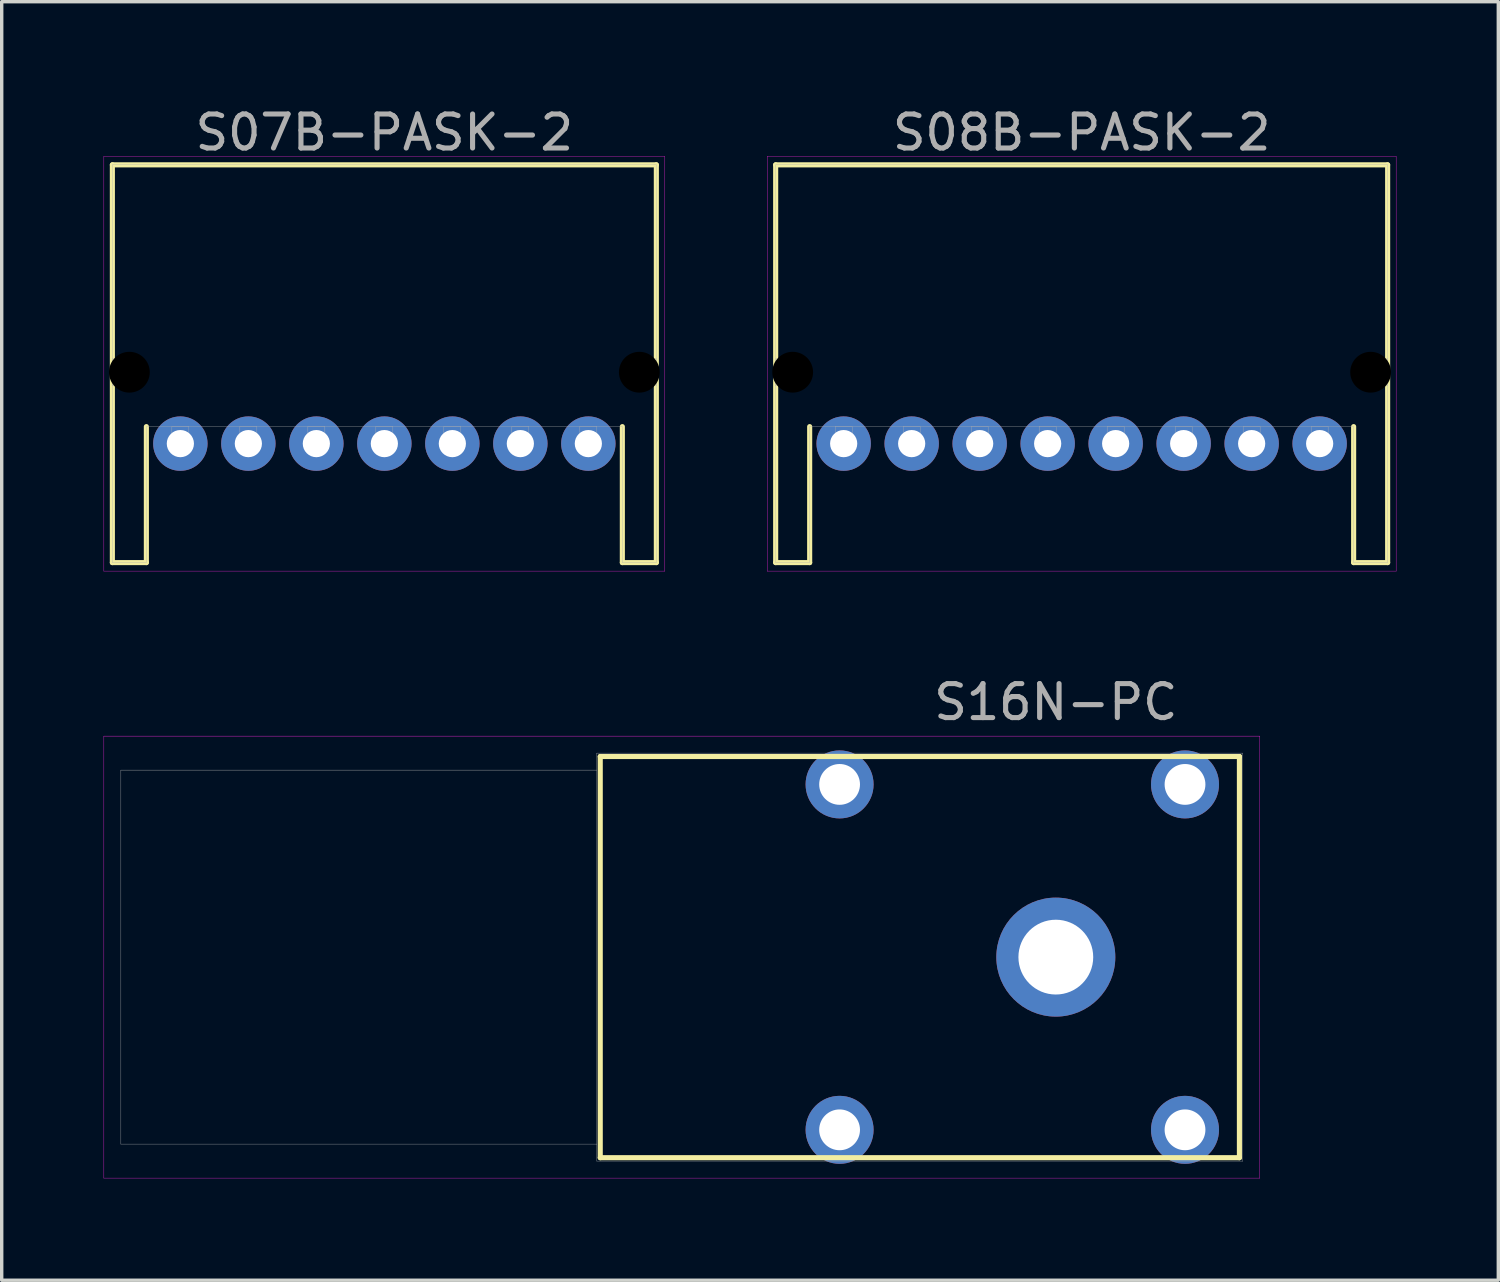
<source format=kicad_pcb>
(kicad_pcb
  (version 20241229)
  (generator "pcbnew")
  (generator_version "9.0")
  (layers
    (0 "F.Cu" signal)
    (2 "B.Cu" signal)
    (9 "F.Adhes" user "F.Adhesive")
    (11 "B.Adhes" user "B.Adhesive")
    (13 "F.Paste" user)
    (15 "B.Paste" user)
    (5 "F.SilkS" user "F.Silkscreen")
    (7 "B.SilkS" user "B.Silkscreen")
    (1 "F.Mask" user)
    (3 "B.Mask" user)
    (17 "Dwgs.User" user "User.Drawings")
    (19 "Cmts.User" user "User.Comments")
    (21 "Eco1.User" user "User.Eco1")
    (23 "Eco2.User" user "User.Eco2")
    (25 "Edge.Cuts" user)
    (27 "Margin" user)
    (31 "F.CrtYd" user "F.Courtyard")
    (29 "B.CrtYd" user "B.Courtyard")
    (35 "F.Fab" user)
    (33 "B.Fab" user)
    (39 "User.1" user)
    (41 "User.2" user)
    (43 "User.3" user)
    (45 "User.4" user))
  (footprint "S16N-PC"
    (layer "F.Cu")
    (at 28.005 25.102)
    (property "Reference" "S16N-PC" (at 0 -7.5 0) (layer "F.Fab") (effects (font (size 1 1) (thickness 0.15))))
    (attr through_hole)
    (fp_line (start -13.4 -5.9) (end -13.4 5.9) (stroke (width 0.15) (type solid)) (layer "F.SilkS"))
    (fp_line (start -13.4 5.9) (end 5.4 5.9) (stroke (width 0.15) (type solid)) (layer "F.SilkS"))
    (fp_line (start 5.4 -5.9) (end -13.4 -5.9) (stroke (width 0.15) (type solid)) (layer "F.SilkS"))
    (fp_line (start 5.4 -5.9) (end 5.4 -5.9) (stroke (width 0.15) (type solid)) (layer "F.SilkS"))
    (fp_line (start 5.4 5.9) (end 5.4 -5.9) (stroke (width 0.15) (type solid)) (layer "F.SilkS"))
    (fp_line (start -28 -6.5) (end 6 -6.5) (stroke (width 0.01) (type solid)) (layer "F.CrtYd"))
    (fp_line (start -28 6.5) (end -28 -6.5) (stroke (width 0.01) (type solid)) (layer "F.CrtYd"))
    (fp_line (start 6 -6.5) (end 6 -6.5) (stroke (width 0.01) (type solid)) (layer "F.CrtYd"))
    (fp_line (start 6 -6.5) (end 6 6.5) (stroke (width 0.01) (type solid)) (layer "F.CrtYd"))
    (fp_line (start 6 6.5) (end -28 6.5) (stroke (width 0.01) (type solid)) (layer "F.CrtYd"))
    (fp_line (start -27.5 -5.5) (end -27.5 5.5) (stroke (width 0.01) (type solid)) (layer "F.Fab"))
    (fp_line (start -27.5 5.5) (end -13.5 5.5) (stroke (width 0.01) (type solid)) (layer "F.Fab"))
    (fp_line (start -13.5 -6) (end -13.5 -6) (stroke (width 0.01) (type solid)) (layer "F.Fab"))
    (fp_line (start -13.5 -6) (end -13.5 6) (stroke (width 0.01) (type solid)) (layer "F.Fab"))
    (fp_line (start -13.5 -5.5) (end -27.5 -5.5) (stroke (width 0.01) (type solid)) (layer "F.Fab"))
    (fp_line (start -13.5 5.5) (end -13.5 5.5) (stroke (width 0.01) (type solid)) (layer "F.Fab"))
    (fp_line (start -13.5 6) (end 5.5 6) (stroke (width 0.01) (type solid)) (layer "F.Fab"))
    (fp_line (start 5.5 -6) (end -13.5 -6) (stroke (width 0.01) (type solid)) (layer "F.Fab"))
    (fp_line (start 5.5 6) (end 5.5 -6) (stroke (width 0.01) (type solid)) (layer "F.Fab"))
    (pad "" thru_hole circle (at -6.36 -5.08) (size 2 2) (drill 1.2) (layers "*.Cu" "*.Mask"))
    (pad "" thru_hole circle (at -6.36 5.08) (size 2 2) (drill 1.2) (layers "*.Cu" "*.Mask"))
    (pad "" thru_hole circle (at 3.8 -5.08) (size 2 2) (drill 1.2) (layers "*.Cu" "*.Mask"))
    (pad "" thru_hole circle (at 3.8 5.08) (size 2 2) (drill 1.2) (layers "*.Cu" "*.Mask"))
    (pad "1" thru_hole circle (at 0 0) (size 3.5 3.5) (drill 2.2) (layers "*.Cu" "*.Mask")))
  (footprint "S08B-PASK-2"
    (layer "F.Cu")
    (at 28.765 9.998)
    (property "Reference" "S08B-PASK-2" (at 0 -9.15 0) (layer "F.Fab") (effects (font (size 1 1) (thickness 0.15))))
    (attr through_hole)
    (fp_line (start -9 -8.2) (end -9 3.5) (stroke (width 0.15) (type solid)) (layer "F.SilkS"))
    (fp_line (start -9 -8.2) (end 9 -8.2) (stroke (width 0.15) (type solid)) (layer "F.SilkS"))
    (fp_line (start -9 3.5) (end -8 3.5) (stroke (width 0.15) (type solid)) (layer "F.SilkS"))
    (fp_line (start -8 3.5) (end -8 -0.5) (stroke (width 0.15) (type solid)) (layer "F.SilkS"))
    (fp_line (start 8 3.5) (end 8 -0.5) (stroke (width 0.15) (type solid)) (layer "F.SilkS"))
    (fp_line (start 9 -8.2) (end 9 3.5) (stroke (width 0.15) (type solid)) (layer "F.SilkS"))
    (fp_line (start 9 3.5) (end 8 3.5) (stroke (width 0.15) (type solid)) (layer "F.SilkS"))
    (fp_line (start -9.25 -8.45) (end 9.25 -8.45) (stroke (width 0.01) (type solid)) (layer "F.CrtYd"))
    (fp_line (start -9.25 3.75) (end -9.25 -8.45) (stroke (width 0.01) (type solid)) (layer "F.CrtYd"))
    (fp_line (start 9.25 -8.45) (end 9.25 3.75) (stroke (width 0.01) (type solid)) (layer "F.CrtYd"))
    (fp_line (start 9.25 3.75) (end -9.25 3.75) (stroke (width 0.01) (type solid)) (layer "F.CrtYd"))
    (fp_line (start -9 -8.2) (end -9 3.5) (stroke (width 0.01) (type solid)) (layer "F.Fab"))
    (fp_line (start -9 -8.2) (end 9 -8.2) (stroke (width 0.01) (type solid)) (layer "F.Fab"))
    (fp_line (start -9 -2.5) (end -8.4 -2.5) (stroke (width 0.01) (type solid)) (layer "F.Fab"))
    (fp_line (start -9 -1.7) (end -9 -2.5) (stroke (width 0.01) (type solid)) (layer "F.Fab"))
    (fp_line (start -9 3.5) (end -8 3.5) (stroke (width 0.01) (type solid)) (layer "F.Fab"))
    (fp_line (start -8.4 -2.5) (end -8.4 -1.7) (stroke (width 0.01) (type solid)) (layer "F.Fab"))
    (fp_line (start -8.4 -1.7) (end -9 -1.7) (stroke (width 0.01) (type solid)) (layer "F.Fab"))
    (fp_line (start -8 3.5) (end -8 -0.5) (stroke (width 0.01) (type solid)) (layer "F.Fab"))
    (fp_line (start -7.25 -0.5) (end -6.75 -0.5) (stroke (width 0.01) (type solid)) (layer "F.Fab"))
    (fp_line (start -7.25 -0.25) (end -6.75 -0.25) (stroke (width 0.01) (type solid)) (layer "F.Fab"))
    (fp_line (start -7.25 0.25) (end -7.25 -0.5) (stroke (width 0.01) (type solid)) (layer "F.Fab"))
    (fp_line (start -6.75 -0.5) (end -6.75 0.25) (stroke (width 0.01) (type solid)) (layer "F.Fab"))
    (fp_line (start -6.75 0.25) (end -7.25 0.25) (stroke (width 0.01) (type solid)) (layer "F.Fab"))
    (fp_line (start -5.25 -0.5) (end -4.75 -0.5) (stroke (width 0.01) (type solid)) (layer "F.Fab"))
    (fp_line (start -5.25 -0.25) (end -4.75 -0.25) (stroke (width 0.01) (type solid)) (layer "F.Fab"))
    (fp_line (start -5.25 0.25) (end -5.25 -0.5) (stroke (width 0.01) (type solid)) (layer "F.Fab"))
    (fp_line (start -4.75 -0.5) (end -4.75 0.25) (stroke (width 0.01) (type solid)) (layer "F.Fab"))
    (fp_line (start -4.75 0.25) (end -5.25 0.25) (stroke (width 0.01) (type solid)) (layer "F.Fab"))
    (fp_line (start -3.25 -0.5) (end -2.75 -0.5) (stroke (width 0.01) (type solid)) (layer "F.Fab"))
    (fp_line (start -3.25 -0.25) (end -2.75 -0.25) (stroke (width 0.01) (type solid)) (layer "F.Fab"))
    (fp_line (start -3.25 0.25) (end -3.25 -0.5) (stroke (width 0.01) (type solid)) (layer "F.Fab"))
    (fp_line (start -2.75 -0.5) (end -2.75 0.25) (stroke (width 0.01) (type solid)) (layer "F.Fab"))
    (fp_line (start -2.75 0.25) (end -3.25 0.25) (stroke (width 0.01) (type solid)) (layer "F.Fab"))
    (fp_line (start -1.25 -0.5) (end -0.75 -0.5) (stroke (width 0.01) (type solid)) (layer "F.Fab"))
    (fp_line (start -1.25 -0.25) (end -0.75 -0.25) (stroke (width 0.01) (type solid)) (layer "F.Fab"))
    (fp_line (start -1.25 0.25) (end -1.25 -0.5) (stroke (width 0.01) (type solid)) (layer "F.Fab"))
    (fp_line (start -0.75 -0.5) (end -0.75 0.25) (stroke (width 0.01) (type solid)) (layer "F.Fab"))
    (fp_line (start -0.75 0.25) (end -1.25 0.25) (stroke (width 0.01) (type solid)) (layer "F.Fab"))
    (fp_line (start 0.75 -0.5) (end 1.25 -0.5) (stroke (width 0.01) (type solid)) (layer "F.Fab"))
    (fp_line (start 0.75 -0.25) (end 1.25 -0.25) (stroke (width 0.01) (type solid)) (layer "F.Fab"))
    (fp_line (start 0.75 0.25) (end 0.75 -0.5) (stroke (width 0.01) (type solid)) (layer "F.Fab"))
    (fp_line (start 1.25 -0.5) (end 1.25 0.25) (stroke (width 0.01) (type solid)) (layer "F.Fab"))
    (fp_line (start 1.25 0.25) (end 0.75 0.25) (stroke (width 0.01) (type solid)) (layer "F.Fab"))
    (fp_line (start 2.75 -0.5) (end 3.25 -0.5) (stroke (width 0.01) (type solid)) (layer "F.Fab"))
    (fp_line (start 2.75 -0.25) (end 3.25 -0.25) (stroke (width 0.01) (type solid)) (layer "F.Fab"))
    (fp_line (start 2.75 0.25) (end 2.75 -0.5) (stroke (width 0.01) (type solid)) (layer "F.Fab"))
    (fp_line (start 3.25 -0.5) (end 3.25 0.25) (stroke (width 0.01) (type solid)) (layer "F.Fab"))
    (fp_line (start 3.25 0.25) (end 2.75 0.25) (stroke (width 0.01) (type solid)) (layer "F.Fab"))
    (fp_line (start 4.75 -0.5) (end 5.25 -0.5) (stroke (width 0.01) (type solid)) (layer "F.Fab"))
    (fp_line (start 4.75 -0.25) (end 5.25 -0.25) (stroke (width 0.01) (type solid)) (layer "F.Fab"))
    (fp_line (start 4.75 0.25) (end 4.75 -0.5) (stroke (width 0.01) (type solid)) (layer "F.Fab"))
    (fp_line (start 5.25 -0.5) (end 5.25 0.25) (stroke (width 0.01) (type solid)) (layer "F.Fab"))
    (fp_line (start 5.25 0.25) (end 4.75 0.25) (stroke (width 0.01) (type solid)) (layer "F.Fab"))
    (fp_line (start 6.75 -0.5) (end 7.25 -0.5) (stroke (width 0.01) (type solid)) (layer "F.Fab"))
    (fp_line (start 6.75 -0.25) (end 7.25 -0.25) (stroke (width 0.01) (type solid)) (layer "F.Fab"))
    (fp_line (start 6.75 0.25) (end 6.75 -0.5) (stroke (width 0.01) (type solid)) (layer "F.Fab"))
    (fp_line (start 7.25 -0.5) (end 7.25 0.25) (stroke (width 0.01) (type solid)) (layer "F.Fab"))
    (fp_line (start 7.25 0.25) (end 6.75 0.25) (stroke (width 0.01) (type solid)) (layer "F.Fab"))
    (fp_line (start 8 -0.5) (end -8 -0.5) (stroke (width 0.01) (type solid)) (layer "F.Fab"))
    (fp_line (start 8 3.5) (end 8 -0.5) (stroke (width 0.01) (type solid)) (layer "F.Fab"))
    (fp_line (start 8.4 -2.5) (end 9 -2.5) (stroke (width 0.01) (type solid)) (layer "F.Fab"))
    (fp_line (start 8.4 -1.7) (end 8.4 -2.5) (stroke (width 0.01) (type solid)) (layer "F.Fab"))
    (fp_line (start 9 -8.2) (end 9 3.5) (stroke (width 0.01) (type solid)) (layer "F.Fab"))
    (fp_line (start 9 -2.5) (end 9 -1.7) (stroke (width 0.01) (type solid)) (layer "F.Fab"))
    (fp_line (start 9 -1.7) (end 8.4 -1.7) (stroke (width 0.01) (type solid)) (layer "F.Fab"))
    (fp_line (start 9 3.5) (end 8 3.5) (stroke (width 0.01) (type solid)) (layer "F.Fab"))
    (pad "" np_thru_hole circle (at -8.5 -2.1) (size 1.2 1.2) (drill 1.2) (layers "*.Mask"))
    (pad "" np_thru_hole circle (at 8.5 -2.1) (size 1.2 1.2) (drill 1.2) (layers "*.Mask"))
    (pad "1" thru_hole circle (at 7 0) (size 1.6 1.6) (drill 0.8) (layers "*.Cu" "*.Mask"))
    (pad "2" thru_hole circle (at 5 0) (size 1.6 1.6) (drill 0.8) (layers "*.Cu" "*.Mask"))
    (pad "3" thru_hole circle (at 3 0) (size 1.6 1.6) (drill 0.8) (layers "*.Cu" "*.Mask"))
    (pad "4" thru_hole circle (at 1 0) (size 1.6 1.6) (drill 0.8) (layers "*.Cu" "*.Mask"))
    (pad "5" thru_hole circle (at -1 0) (size 1.6 1.6) (drill 0.8) (layers "*.Cu" "*.Mask"))
    (pad "6" thru_hole circle (at -3 0) (size 1.6 1.6) (drill 0.8) (layers "*.Cu" "*.Mask"))
    (pad "7" thru_hole circle (at -5 0) (size 1.6 1.6) (drill 0.8) (layers "*.Cu" "*.Mask"))
    (pad "8" thru_hole circle (at -7 0) (size 1.6 1.6) (drill 0.8) (layers "*.Cu" "*.Mask")))
  (footprint "S07B-PASK-2"
    (layer "F.Cu")
    (at 8.255 9.998)
    (property "Reference" "S07B-PASK-2" (at 0 -9.15 0) (layer "F.Fab") (effects (font (size 1 1) (thickness 0.15))))
    (attr through_hole)
    (fp_line (start -8 -8.2) (end -8 3.5) (stroke (width 0.15) (type solid)) (layer "F.SilkS"))
    (fp_line (start -8 -8.2) (end 8 -8.2) (stroke (width 0.15) (type solid)) (layer "F.SilkS"))
    (fp_line (start -8 3.5) (end -7 3.5) (stroke (width 0.15) (type solid)) (layer "F.SilkS"))
    (fp_line (start -7 3.5) (end -7 -0.5) (stroke (width 0.15) (type solid)) (layer "F.SilkS"))
    (fp_line (start 7 3.5) (end 7 -0.5) (stroke (width 0.15) (type solid)) (layer "F.SilkS"))
    (fp_line (start 8 -8.2) (end 8 3.5) (stroke (width 0.15) (type solid)) (layer "F.SilkS"))
    (fp_line (start 8 3.5) (end 7 3.5) (stroke (width 0.15) (type solid)) (layer "F.SilkS"))
    (fp_line (start -8.25 -8.45) (end 8.25 -8.45) (stroke (width 0.01) (type solid)) (layer "F.CrtYd"))
    (fp_line (start -8.25 3.75) (end -8.25 -8.45) (stroke (width 0.01) (type solid)) (layer "F.CrtYd"))
    (fp_line (start 8.25 -8.45) (end 8.25 3.75) (stroke (width 0.01) (type solid)) (layer "F.CrtYd"))
    (fp_line (start 8.25 3.75) (end -8.25 3.75) (stroke (width 0.01) (type solid)) (layer "F.CrtYd"))
    (fp_line (start -8 -8.2) (end -8 3.5) (stroke (width 0.01) (type solid)) (layer "F.Fab"))
    (fp_line (start -8 -8.2) (end 8 -8.2) (stroke (width 0.01) (type solid)) (layer "F.Fab"))
    (fp_line (start -8 -2.5) (end -7.4 -2.5) (stroke (width 0.01) (type solid)) (layer "F.Fab"))
    (fp_line (start -8 -1.7) (end -8 -2.5) (stroke (width 0.01) (type solid)) (layer "F.Fab"))
    (fp_line (start -8 3.5) (end -7 3.5) (stroke (width 0.01) (type solid)) (layer "F.Fab"))
    (fp_line (start -7.4 -2.5) (end -7.4 -1.7) (stroke (width 0.01) (type solid)) (layer "F.Fab"))
    (fp_line (start -7.4 -1.7) (end -8 -1.7) (stroke (width 0.01) (type solid)) (layer "F.Fab"))
    (fp_line (start -7 3.5) (end -7 -0.5) (stroke (width 0.01) (type solid)) (layer "F.Fab"))
    (fp_line (start -6.25 -0.5) (end -5.75 -0.5) (stroke (width 0.01) (type solid)) (layer "F.Fab"))
    (fp_line (start -6.25 -0.25) (end -5.75 -0.25) (stroke (width 0.01) (type solid)) (layer "F.Fab"))
    (fp_line (start -6.25 0.25) (end -6.25 -0.5) (stroke (width 0.01) (type solid)) (layer "F.Fab"))
    (fp_line (start -5.75 -0.5) (end -5.75 0.25) (stroke (width 0.01) (type solid)) (layer "F.Fab"))
    (fp_line (start -5.75 0.25) (end -6.25 0.25) (stroke (width 0.01) (type solid)) (layer "F.Fab"))
    (fp_line (start -4.25 -0.5) (end -3.75 -0.5) (stroke (width 0.01) (type solid)) (layer "F.Fab"))
    (fp_line (start -4.25 -0.25) (end -3.75 -0.25) (stroke (width 0.01) (type solid)) (layer "F.Fab"))
    (fp_line (start -4.25 0.25) (end -4.25 -0.5) (stroke (width 0.01) (type solid)) (layer "F.Fab"))
    (fp_line (start -3.75 -0.5) (end -3.75 0.25) (stroke (width 0.01) (type solid)) (layer "F.Fab"))
    (fp_line (start -3.75 0.25) (end -4.25 0.25) (stroke (width 0.01) (type solid)) (layer "F.Fab"))
    (fp_line (start -2.25 -0.5) (end -1.75 -0.5) (stroke (width 0.01) (type solid)) (layer "F.Fab"))
    (fp_line (start -2.25 -0.25) (end -1.75 -0.25) (stroke (width 0.01) (type solid)) (layer "F.Fab"))
    (fp_line (start -2.25 0.25) (end -2.25 -0.5) (stroke (width 0.01) (type solid)) (layer "F.Fab"))
    (fp_line (start -1.75 -0.5) (end -1.75 0.25) (stroke (width 0.01) (type solid)) (layer "F.Fab"))
    (fp_line (start -1.75 0.25) (end -2.25 0.25) (stroke (width 0.01) (type solid)) (layer "F.Fab"))
    (fp_line (start -0.25 -0.5) (end 0.25 -0.5) (stroke (width 0.01) (type solid)) (layer "F.Fab"))
    (fp_line (start -0.25 -0.25) (end 0.25 -0.25) (stroke (width 0.01) (type solid)) (layer "F.Fab"))
    (fp_line (start -0.25 0.25) (end -0.25 -0.5) (stroke (width 0.01) (type solid)) (layer "F.Fab"))
    (fp_line (start 0.25 -0.5) (end 0.25 0.25) (stroke (width 0.01) (type solid)) (layer "F.Fab"))
    (fp_line (start 0.25 0.25) (end -0.25 0.25) (stroke (width 0.01) (type solid)) (layer "F.Fab"))
    (fp_line (start 1.75 -0.5) (end 2.25 -0.5) (stroke (width 0.01) (type solid)) (layer "F.Fab"))
    (fp_line (start 1.75 -0.25) (end 2.25 -0.25) (stroke (width 0.01) (type solid)) (layer "F.Fab"))
    (fp_line (start 1.75 0.25) (end 1.75 -0.5) (stroke (width 0.01) (type solid)) (layer "F.Fab"))
    (fp_line (start 2.25 -0.5) (end 2.25 0.25) (stroke (width 0.01) (type solid)) (layer "F.Fab"))
    (fp_line (start 2.25 0.25) (end 1.75 0.25) (stroke (width 0.01) (type solid)) (layer "F.Fab"))
    (fp_line (start 3.75 -0.5) (end 4.25 -0.5) (stroke (width 0.01) (type solid)) (layer "F.Fab"))
    (fp_line (start 3.75 -0.25) (end 4.25 -0.25) (stroke (width 0.01) (type solid)) (layer "F.Fab"))
    (fp_line (start 3.75 0.25) (end 3.75 -0.5) (stroke (width 0.01) (type solid)) (layer "F.Fab"))
    (fp_line (start 4.25 -0.5) (end 4.25 0.25) (stroke (width 0.01) (type solid)) (layer "F.Fab"))
    (fp_line (start 4.25 0.25) (end 3.75 0.25) (stroke (width 0.01) (type solid)) (layer "F.Fab"))
    (fp_line (start 5.75 -0.5) (end 6.25 -0.5) (stroke (width 0.01) (type solid)) (layer "F.Fab"))
    (fp_line (start 5.75 -0.25) (end 6.25 -0.25) (stroke (width 0.01) (type solid)) (layer "F.Fab"))
    (fp_line (start 5.75 0.25) (end 5.75 -0.5) (stroke (width 0.01) (type solid)) (layer "F.Fab"))
    (fp_line (start 6.25 -0.5) (end 6.25 0.25) (stroke (width 0.01) (type solid)) (layer "F.Fab"))
    (fp_line (start 6.25 0.25) (end 5.75 0.25) (stroke (width 0.01) (type solid)) (layer "F.Fab"))
    (fp_line (start 7 -0.5) (end -7 -0.5) (stroke (width 0.01) (type solid)) (layer "F.Fab"))
    (fp_line (start 7 3.5) (end 7 -0.5) (stroke (width 0.01) (type solid)) (layer "F.Fab"))
    (fp_line (start 7.4 -2.5) (end 8 -2.5) (stroke (width 0.01) (type solid)) (layer "F.Fab"))
    (fp_line (start 7.4 -1.7) (end 7.4 -2.5) (stroke (width 0.01) (type solid)) (layer "F.Fab"))
    (fp_line (start 8 -8.2) (end 8 3.5) (stroke (width 0.01) (type solid)) (layer "F.Fab"))
    (fp_line (start 8 -2.5) (end 8 -1.7) (stroke (width 0.01) (type solid)) (layer "F.Fab"))
    (fp_line (start 8 -1.7) (end 7.4 -1.7) (stroke (width 0.01) (type solid)) (layer "F.Fab"))
    (fp_line (start 8 3.5) (end 7 3.5) (stroke (width 0.01) (type solid)) (layer "F.Fab"))
    (pad "" np_thru_hole circle (at -7.5 -2.1) (size 1.2 1.2) (drill 1.2) (layers "*.Mask"))
    (pad "" np_thru_hole circle (at 7.5 -2.1) (size 1.2 1.2) (drill 1.2) (layers "*.Mask"))
    (pad "1" thru_hole circle (at 6 0) (size 1.6 1.6) (drill 0.8) (layers "*.Cu" "*.Mask"))
    (pad "2" thru_hole circle (at 4 0) (size 1.6 1.6) (drill 0.8) (layers "*.Cu" "*.Mask"))
    (pad "3" thru_hole circle (at 2 0) (size 1.6 1.6) (drill 0.8) (layers "*.Cu" "*.Mask"))
    (pad "4" thru_hole circle (at 0 0) (size 1.6 1.6) (drill 0.8) (layers "*.Cu" "*.Mask"))
    (pad "5" thru_hole circle (at -2 0) (size 1.6 1.6) (drill 0.8) (layers "*.Cu" "*.Mask"))
    (pad "6" thru_hole circle (at -4 0) (size 1.6 1.6) (drill 0.8) (layers "*.Cu" "*.Mask"))
    (pad "7" thru_hole circle (at -6 0) (size 1.6 1.6) (drill 0.8) (layers "*.Cu" "*.Mask")))
  (gr_rect
    (start -3 -3)
    (end 41.02 34.606)
    (stroke (width 0.1) (type default))
    (fill no)
    (layer "Edge.Cuts")))
</source>
